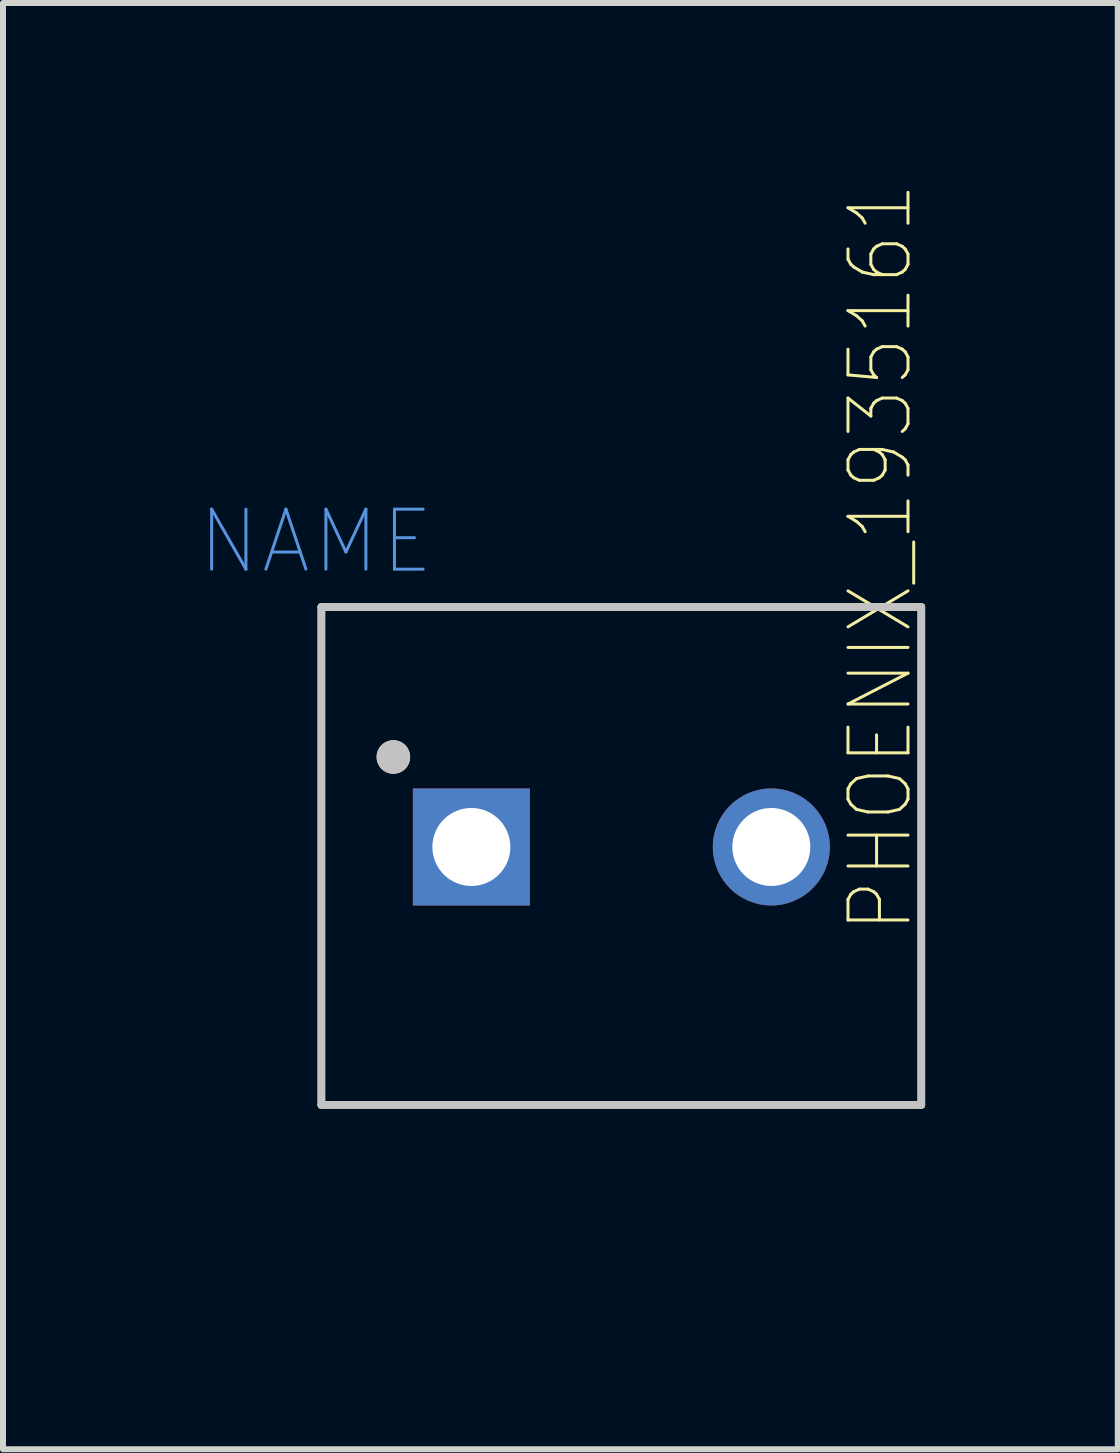
<source format=kicad_pcb>
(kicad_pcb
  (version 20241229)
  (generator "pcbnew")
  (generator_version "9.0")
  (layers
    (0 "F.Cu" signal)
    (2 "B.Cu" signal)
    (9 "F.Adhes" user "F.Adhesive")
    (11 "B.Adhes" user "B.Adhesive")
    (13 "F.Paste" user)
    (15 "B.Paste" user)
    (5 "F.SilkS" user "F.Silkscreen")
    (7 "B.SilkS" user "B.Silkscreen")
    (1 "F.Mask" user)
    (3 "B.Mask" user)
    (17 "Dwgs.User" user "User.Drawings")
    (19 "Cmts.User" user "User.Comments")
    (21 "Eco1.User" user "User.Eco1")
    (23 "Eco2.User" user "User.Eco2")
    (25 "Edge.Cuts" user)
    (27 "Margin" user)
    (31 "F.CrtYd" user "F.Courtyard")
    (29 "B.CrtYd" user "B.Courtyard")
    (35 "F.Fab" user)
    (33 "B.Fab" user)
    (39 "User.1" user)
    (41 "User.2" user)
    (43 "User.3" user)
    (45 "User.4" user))
  (footprint "PHOENIX_1935161"
    (layer "F.Cu")
    (at 7.307 11.068)
    (property "Reference" "PHOENIX_1935161" (at 4.318 -4.826 90) (layer "F.SilkS") (effects (font (size 1 0.9) (thickness 0.05))))
    (attr through_hole)
    (fp_line (start -5 -4) (end 5 -4) (stroke (width 0.127) (type solid)) (layer "F.SilkS"))
    (fp_line (start -5 4.3) (end -5 -4) (stroke (width 0.127) (type solid)) (layer "F.SilkS"))
    (fp_line (start 5 -4) (end 5 4.3) (stroke (width 0.127) (type solid)) (layer "F.SilkS"))
    (fp_line (start 5 4.3) (end -5 4.3) (stroke (width 0.127) (type solid)) (layer "F.SilkS"))
    (fp_circle (center -3.8 -1.5) (end -3.66 -1.5) (stroke (width 0.28) (type solid)) (fill no) (layer "F.SilkS"))
    (fp_line (start -5 -4) (end 5 -4) (stroke (width 0.127) (type solid)) (layer "Dwgs.User"))
    (fp_line (start -5 4.3) (end -5 -4) (stroke (width 0.127) (type solid)) (layer "Dwgs.User"))
    (fp_line (start 5 -4) (end 5 4.3) (stroke (width 0.127) (type solid)) (layer "Dwgs.User"))
    (fp_line (start 5 4.3) (end -5 4.3) (stroke (width 0.127) (type solid)) (layer "Dwgs.User"))
    (fp_circle (center -3.8 -1.5) (end -3.66 -1.5) (stroke (width 0.28) (type solid)) (fill no) (layer "Dwgs.User"))
    (fp_line (start -5.25 -4.25) (end 5.25 -4.25) (stroke (width 0.05) (type solid)) (layer "Eco1.User"))
    (fp_line (start -5.25 4.55) (end -5.25 -4.25) (stroke (width 0.05) (type solid)) (layer "Eco1.User"))
    (fp_line (start 5.25 -4.25) (end 5.25 4.55) (stroke (width 0.05) (type solid)) (layer "Eco1.User"))
    (fp_line (start 5.25 4.55) (end -5.25 4.55) (stroke (width 0.05) (type solid)) (layer "Eco1.User"))
    (fp_text user "NAME" (at -5.091 -5.091 0) (layer "Cmts.User") (effects (font (size 1 1) (thickness 0.05))))
    (fp_text user "VALUE" (at -5.093 6.367 0) (layer "Eco2.User") (effects (font (size 1 1) (thickness 0.05))))
    (pad "1" thru_hole rect (at -2.5 0) (size 1.95 1.95) (drill 1.3) (layers "*.Cu" "*.Mask"))
    (pad "2" thru_hole circle (at 2.5 0) (size 1.95 1.95) (drill 1.3) (layers "*.Cu" "*.Mask")))
  (gr_rect
    (start -3 -3)
    (end 15.582 21.108)
    (stroke (width 0.1) (type default))
    (fill no)
    (layer "Edge.Cuts")))
</source>
